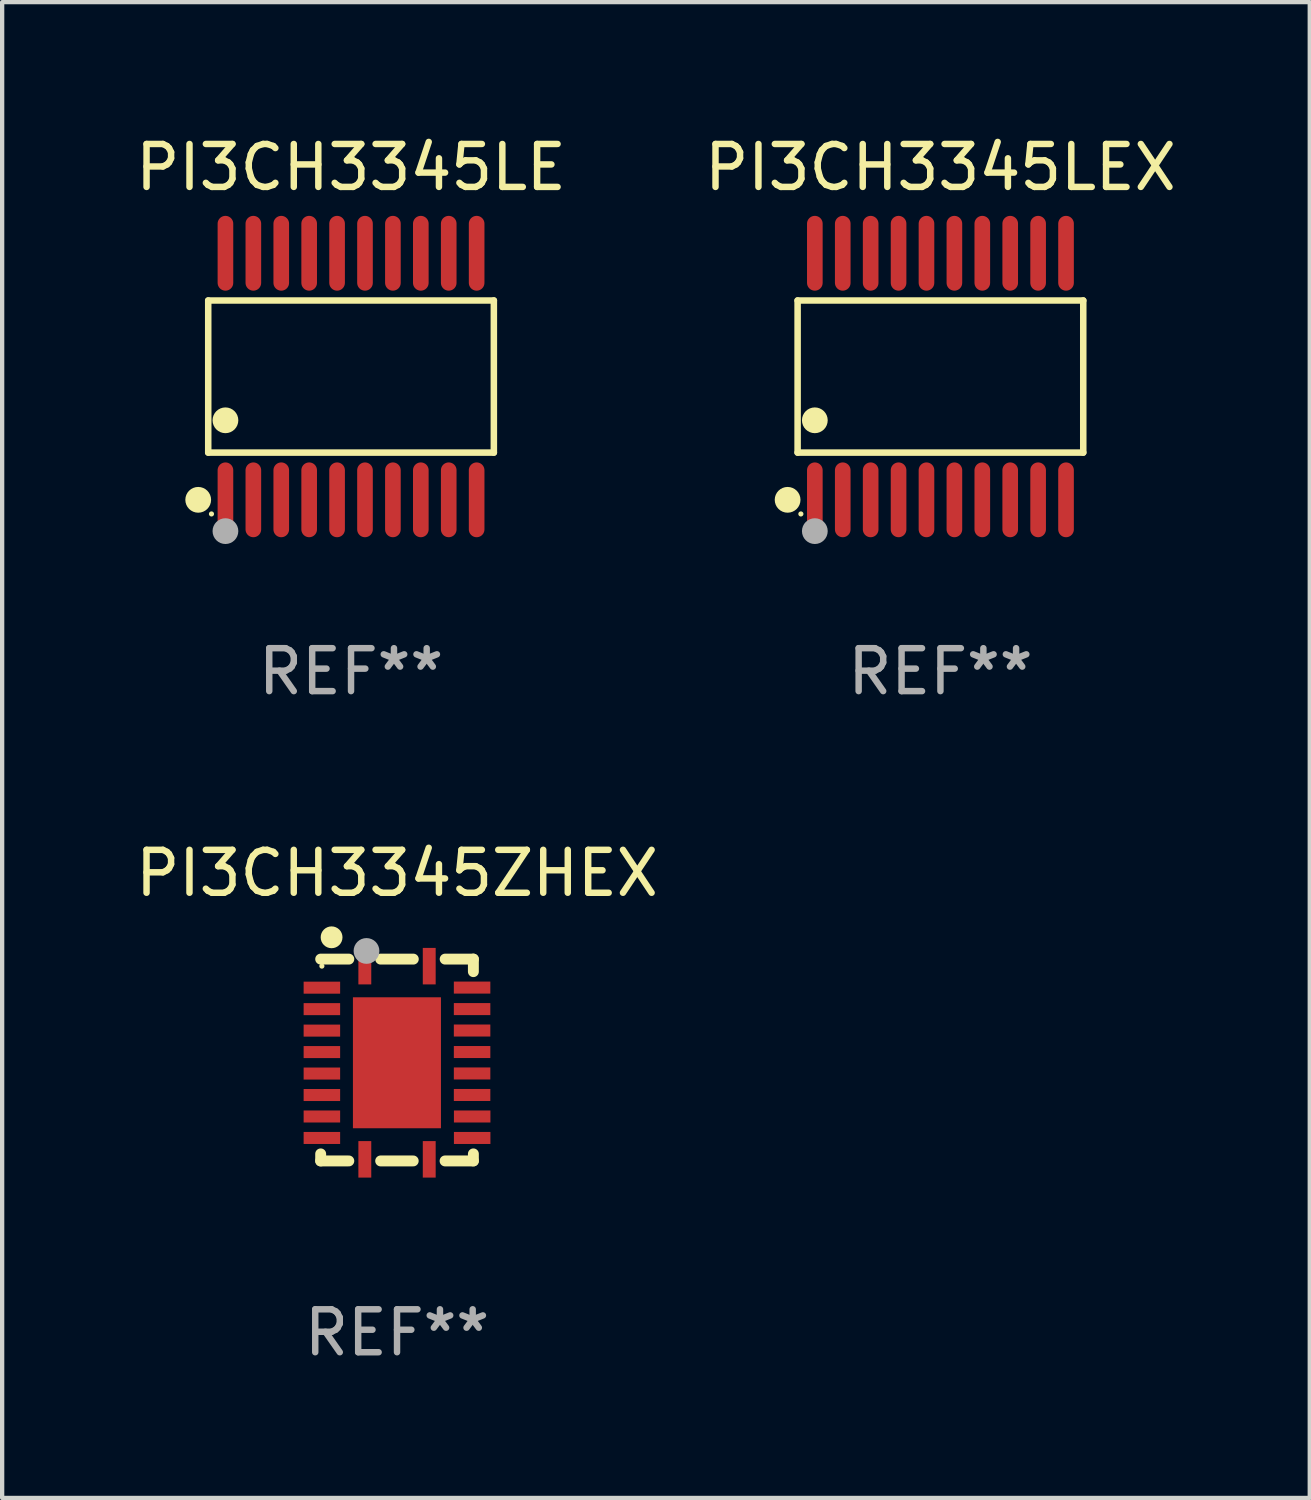
<source format=kicad_pcb>
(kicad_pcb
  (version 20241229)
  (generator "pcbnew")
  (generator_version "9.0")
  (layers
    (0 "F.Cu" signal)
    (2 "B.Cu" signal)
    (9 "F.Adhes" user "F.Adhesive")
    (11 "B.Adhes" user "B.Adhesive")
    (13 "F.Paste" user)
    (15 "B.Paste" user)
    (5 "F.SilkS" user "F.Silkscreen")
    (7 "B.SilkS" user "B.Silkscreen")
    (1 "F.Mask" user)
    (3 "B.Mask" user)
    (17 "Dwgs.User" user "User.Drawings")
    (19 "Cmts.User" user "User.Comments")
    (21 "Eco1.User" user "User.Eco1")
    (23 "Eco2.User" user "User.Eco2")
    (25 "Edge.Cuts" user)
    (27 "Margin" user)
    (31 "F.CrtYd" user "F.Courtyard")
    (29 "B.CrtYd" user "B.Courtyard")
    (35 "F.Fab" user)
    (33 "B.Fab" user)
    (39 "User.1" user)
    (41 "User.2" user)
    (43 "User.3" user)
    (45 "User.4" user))
  (footprint "PI3CH3345LE"
    (layer "F.Cu")
    (at 5.125 5.719)
    (property "Reference" "PI3CH3345LE" (at 0 -4.871 0) (layer "F.SilkS") (effects (font (size 1 1) (thickness 0.15))))
    (attr through_hole)
    (fp_line (start -3.326 -1.771) (end 3.326 -1.771) (stroke (width 0.152) (type solid)) (layer "F.SilkS"))
    (fp_line (start -3.326 1.771) (end -3.326 -1.771) (stroke (width 0.152) (type solid)) (layer "F.SilkS"))
    (fp_line (start 3.326 -1.771) (end 3.326 1.771) (stroke (width 0.152) (type solid)) (layer "F.SilkS"))
    (fp_line (start 3.326 1.771) (end -3.326 1.771) (stroke (width 0.152) (type solid)) (layer "F.SilkS"))
    (fp_circle (center -3.559 2.871) (end -3.409 2.871) (stroke (width 0.3) (type solid)) (fill no) (layer "F.SilkS"))
    (fp_circle (center -3.25 3.2) (end -3.22 3.2) (stroke (width 0.06) (type solid)) (fill no) (layer "F.SilkS"))
    (fp_circle (center -2.925 1.019) (end -2.775 1.019) (stroke (width 0.3) (type solid)) (fill no) (layer "F.SilkS"))
    (fp_circle (center -2.925 3.6) (end -2.775 3.6) (stroke (width 0.3) (type solid)) (fill no) (layer "F.Fab"))
    (fp_text user "REF**" (at 0 6.871 0) (layer "F.Fab") (effects (font (size 1 1) (thickness 0.15))))
    (pad "1" smd oval (at -2.925 2.871) (size 0.364 1.742) (layers "F.Cu" "F.Mask" "F.Paste"))
    (pad "2" smd oval (at -2.275 2.871) (size 0.364 1.742) (layers "F.Cu" "F.Mask" "F.Paste"))
    (pad "3" smd oval (at -1.625 2.871) (size 0.364 1.742) (layers "F.Cu" "F.Mask" "F.Paste"))
    (pad "4" smd oval (at -0.975 2.871) (size 0.364 1.742) (layers "F.Cu" "F.Mask" "F.Paste"))
    (pad "5" smd oval (at -0.325 2.871) (size 0.364 1.742) (layers "F.Cu" "F.Mask" "F.Paste"))
    (pad "6" smd oval (at 0.325 2.871) (size 0.364 1.742) (layers "F.Cu" "F.Mask" "F.Paste"))
    (pad "7" smd oval (at 0.975 2.871) (size 0.364 1.742) (layers "F.Cu" "F.Mask" "F.Paste"))
    (pad "8" smd oval (at 1.625 2.871) (size 0.364 1.742) (layers "F.Cu" "F.Mask" "F.Paste"))
    (pad "9" smd oval (at 2.275 2.871) (size 0.364 1.742) (layers "F.Cu" "F.Mask" "F.Paste"))
    (pad "10" smd oval (at 2.925 2.871) (size 0.364 1.742) (layers "F.Cu" "F.Mask" "F.Paste"))
    (pad "11" smd oval (at 2.925 -2.871) (size 0.364 1.742) (layers "F.Cu" "F.Mask" "F.Paste"))
    (pad "12" smd oval (at 2.275 -2.871) (size 0.364 1.742) (layers "F.Cu" "F.Mask" "F.Paste"))
    (pad "13" smd oval (at 1.625 -2.871) (size 0.364 1.742) (layers "F.Cu" "F.Mask" "F.Paste"))
    (pad "14" smd oval (at 0.975 -2.871) (size 0.364 1.742) (layers "F.Cu" "F.Mask" "F.Paste"))
    (pad "15" smd oval (at 0.325 -2.871) (size 0.364 1.742) (layers "F.Cu" "F.Mask" "F.Paste"))
    (pad "16" smd oval (at -0.325 -2.871) (size 0.364 1.742) (layers "F.Cu" "F.Mask" "F.Paste"))
    (pad "17" smd oval (at -0.975 -2.871) (size 0.364 1.742) (layers "F.Cu" "F.Mask" "F.Paste"))
    (pad "18" smd oval (at -1.625 -2.871) (size 0.364 1.742) (layers "F.Cu" "F.Mask" "F.Paste"))
    (pad "19" smd oval (at -2.275 -2.871) (size 0.364 1.742) (layers "F.Cu" "F.Mask" "F.Paste"))
    (pad "20" smd oval (at -2.925 -2.871) (size 0.364 1.742) (layers "F.Cu" "F.Mask" "F.Paste")))
  (footprint "PI3CH3345LEX"
    (layer "F.Cu")
    (at 18.851 5.719)
    (property "Reference" "PI3CH3345LEX" (at 0 -4.871 0) (layer "F.SilkS") (effects (font (size 1 1) (thickness 0.15))))
    (attr through_hole)
    (fp_line (start -3.326 -1.771) (end 3.326 -1.771) (stroke (width 0.152) (type solid)) (layer "F.SilkS"))
    (fp_line (start -3.326 1.771) (end -3.326 -1.771) (stroke (width 0.152) (type solid)) (layer "F.SilkS"))
    (fp_line (start 3.326 -1.771) (end 3.326 1.771) (stroke (width 0.152) (type solid)) (layer "F.SilkS"))
    (fp_line (start 3.326 1.771) (end -3.326 1.771) (stroke (width 0.152) (type solid)) (layer "F.SilkS"))
    (fp_circle (center -3.559 2.871) (end -3.409 2.871) (stroke (width 0.3) (type solid)) (fill no) (layer "F.SilkS"))
    (fp_circle (center -3.25 3.2) (end -3.22 3.2) (stroke (width 0.06) (type solid)) (fill no) (layer "F.SilkS"))
    (fp_circle (center -2.925 1.019) (end -2.775 1.019) (stroke (width 0.3) (type solid)) (fill no) (layer "F.SilkS"))
    (fp_circle (center -2.925 3.6) (end -2.775 3.6) (stroke (width 0.3) (type solid)) (fill no) (layer "F.Fab"))
    (fp_text user "REF**" (at 0 6.871 0) (layer "F.Fab") (effects (font (size 1 1) (thickness 0.15))))
    (pad "1" smd oval (at -2.925 2.871) (size 0.364 1.742) (layers "F.Cu" "F.Mask" "F.Paste"))
    (pad "2" smd oval (at -2.275 2.871) (size 0.364 1.742) (layers "F.Cu" "F.Mask" "F.Paste"))
    (pad "3" smd oval (at -1.625 2.871) (size 0.364 1.742) (layers "F.Cu" "F.Mask" "F.Paste"))
    (pad "4" smd oval (at -0.975 2.871) (size 0.364 1.742) (layers "F.Cu" "F.Mask" "F.Paste"))
    (pad "5" smd oval (at -0.325 2.871) (size 0.364 1.742) (layers "F.Cu" "F.Mask" "F.Paste"))
    (pad "6" smd oval (at 0.325 2.871) (size 0.364 1.742) (layers "F.Cu" "F.Mask" "F.Paste"))
    (pad "7" smd oval (at 0.975 2.871) (size 0.364 1.742) (layers "F.Cu" "F.Mask" "F.Paste"))
    (pad "8" smd oval (at 1.625 2.871) (size 0.364 1.742) (layers "F.Cu" "F.Mask" "F.Paste"))
    (pad "9" smd oval (at 2.275 2.871) (size 0.364 1.742) (layers "F.Cu" "F.Mask" "F.Paste"))
    (pad "10" smd oval (at 2.925 2.871) (size 0.364 1.742) (layers "F.Cu" "F.Mask" "F.Paste"))
    (pad "11" smd oval (at 2.925 -2.871) (size 0.364 1.742) (layers "F.Cu" "F.Mask" "F.Paste"))
    (pad "12" smd oval (at 2.275 -2.871) (size 0.364 1.742) (layers "F.Cu" "F.Mask" "F.Paste"))
    (pad "13" smd oval (at 1.625 -2.871) (size 0.364 1.742) (layers "F.Cu" "F.Mask" "F.Paste"))
    (pad "14" smd oval (at 0.975 -2.871) (size 0.364 1.742) (layers "F.Cu" "F.Mask" "F.Paste"))
    (pad "15" smd oval (at 0.325 -2.871) (size 0.364 1.742) (layers "F.Cu" "F.Mask" "F.Paste"))
    (pad "16" smd oval (at -0.325 -2.871) (size 0.364 1.742) (layers "F.Cu" "F.Mask" "F.Paste"))
    (pad "17" smd oval (at -0.975 -2.871) (size 0.364 1.742) (layers "F.Cu" "F.Mask" "F.Paste"))
    (pad "18" smd oval (at -1.625 -2.871) (size 0.364 1.742) (layers "F.Cu" "F.Mask" "F.Paste"))
    (pad "19" smd oval (at -2.275 -2.871) (size 0.364 1.742) (layers "F.Cu" "F.Mask" "F.Paste"))
    (pad "20" smd oval (at -2.925 -2.871) (size 0.364 1.742) (layers "F.Cu" "F.Mask" "F.Paste")))
  (footprint "PI3CH3345ZHEX"
    (layer "F.Cu")
    (at 6.196 21.636)
    (property "Reference" "PI3CH3345ZHEX" (at 0 -4.35 0) (layer "F.SilkS") (effects (font (size 1 1) (thickness 0.15))))
    (attr through_hole)
    (fp_line (start -1.778 2.35) (end -1.778 2.186) (stroke (width 0.254) (type solid)) (layer "F.SilkS"))
    (fp_line (start -1.123 -2.35) (end -1.778 -2.35) (stroke (width 0.254) (type solid)) (layer "F.SilkS"))
    (fp_line (start -1.123 2.35) (end -1.778 2.35) (stroke (width 0.254) (type solid)) (layer "F.SilkS"))
    (fp_line (start 0.377 2.35) (end -0.381 2.35) (stroke (width 0.254) (type solid)) (layer "F.SilkS"))
    (fp_line (start 0.379 -2.35) (end -0.381 -2.35) (stroke (width 0.254) (type solid)) (layer "F.SilkS"))
    (fp_line (start 1.778 -2.35) (end 1.121 -2.35) (stroke (width 0.254) (type solid)) (layer "F.SilkS"))
    (fp_line (start 1.778 -2.35) (end 1.778 -2.058) (stroke (width 0.254) (type solid)) (layer "F.SilkS"))
    (fp_line (start 1.778 2.186) (end 1.778 2.35) (stroke (width 0.254) (type solid)) (layer "F.SilkS"))
    (fp_line (start 1.778 2.35) (end 1.119 2.35) (stroke (width 0.254) (type solid)) (layer "F.SilkS"))
    (fp_circle (center -1.75 -2.187) (end -1.72 -2.187) (stroke (width 0.06) (type solid)) (fill no) (layer "F.SilkS"))
    (fp_circle (center -1.524 -2.858) (end -1.397 -2.858) (stroke (width 0.254) (type solid)) (fill no) (layer "F.SilkS"))
    (fp_circle (center -0.711 -2.54) (end -0.561 -2.54) (stroke (width 0.3) (type solid)) (fill no) (layer "F.Fab"))
    (fp_text user "REF**" (at 0 6.35 0) (layer "F.Fab") (effects (font (size 1 1) (thickness 0.15))))
    (pad "1" smd rect (at -0.75 -2.186) (size 0.3 0.85) (layers "F.Cu" "F.Mask" "F.Paste"))
    (pad "2" smd rect (at -1.75 -1.685) (size 0.85 0.28) (layers "F.Cu" "F.Mask" "F.Paste"))
    (pad "3" smd rect (at -1.75 -1.185) (size 0.85 0.28) (layers "F.Cu" "F.Mask" "F.Paste"))
    (pad "4" smd rect (at -1.75 -0.685) (size 0.85 0.28) (layers "F.Cu" "F.Mask" "F.Paste"))
    (pad "5" smd rect (at -1.75 -0.185) (size 0.85 0.28) (layers "F.Cu" "F.Mask" "F.Paste"))
    (pad "6" smd rect (at -1.75 0.315) (size 0.85 0.28) (layers "F.Cu" "F.Mask" "F.Paste"))
    (pad "7" smd rect (at -1.75 0.815) (size 0.85 0.28) (layers "F.Cu" "F.Mask" "F.Paste"))
    (pad "8" smd rect (at -1.75 1.315) (size 0.85 0.28) (layers "F.Cu" "F.Mask" "F.Paste"))
    (pad "9" smd rect (at -1.75 1.815) (size 0.85 0.28) (layers "F.Cu" "F.Mask" "F.Paste"))
    (pad "10" smd rect (at -0.75 2.313) (size 0.3 0.85) (layers "F.Cu" "F.Mask" "F.Paste"))
    (pad "11" smd rect (at 0.75 2.313) (size 0.3 0.85) (layers "F.Cu" "F.Mask" "F.Paste"))
    (pad "12" smd rect (at 1.75 1.815) (size 0.85 0.28) (layers "F.Cu" "F.Mask" "F.Paste"))
    (pad "13" smd rect (at 1.75 1.315) (size 0.85 0.28) (layers "F.Cu" "F.Mask" "F.Paste"))
    (pad "14" smd rect (at 1.748 0.814) (size 0.85 0.28) (layers "F.Cu" "F.Mask" "F.Paste"))
    (pad "15" smd rect (at 1.748 0.313) (size 0.85 0.28) (layers "F.Cu" "F.Mask" "F.Paste"))
    (pad "16" smd rect (at 1.748 -0.186) (size 0.85 0.28) (layers "F.Cu" "F.Mask" "F.Paste"))
    (pad "17" smd rect (at 1.748 -0.687) (size 0.85 0.28) (layers "F.Cu" "F.Mask" "F.Paste"))
    (pad "18" smd rect (at 1.748 -1.186) (size 0.85 0.28) (layers "F.Cu" "F.Mask" "F.Paste"))
    (pad "19" smd rect (at 1.748 -1.687) (size 0.85 0.28) (layers "F.Cu" "F.Mask" "F.Paste"))
    (pad "20" smd rect (at 0.75 -2.186) (size 0.3 0.85) (layers "F.Cu" "F.Mask" "F.Paste"))
    (pad "21" smd rect (at -0.002 0.064) (size 2.05 3.05) (layers "F.Cu" "F.Mask" "F.Paste")))
  (gr_rect
    (start -3 -3)
    (end 27.452 31.834)
    (stroke (width 0.1) (type default))
    (fill no)
    (layer "Edge.Cuts")))
</source>
